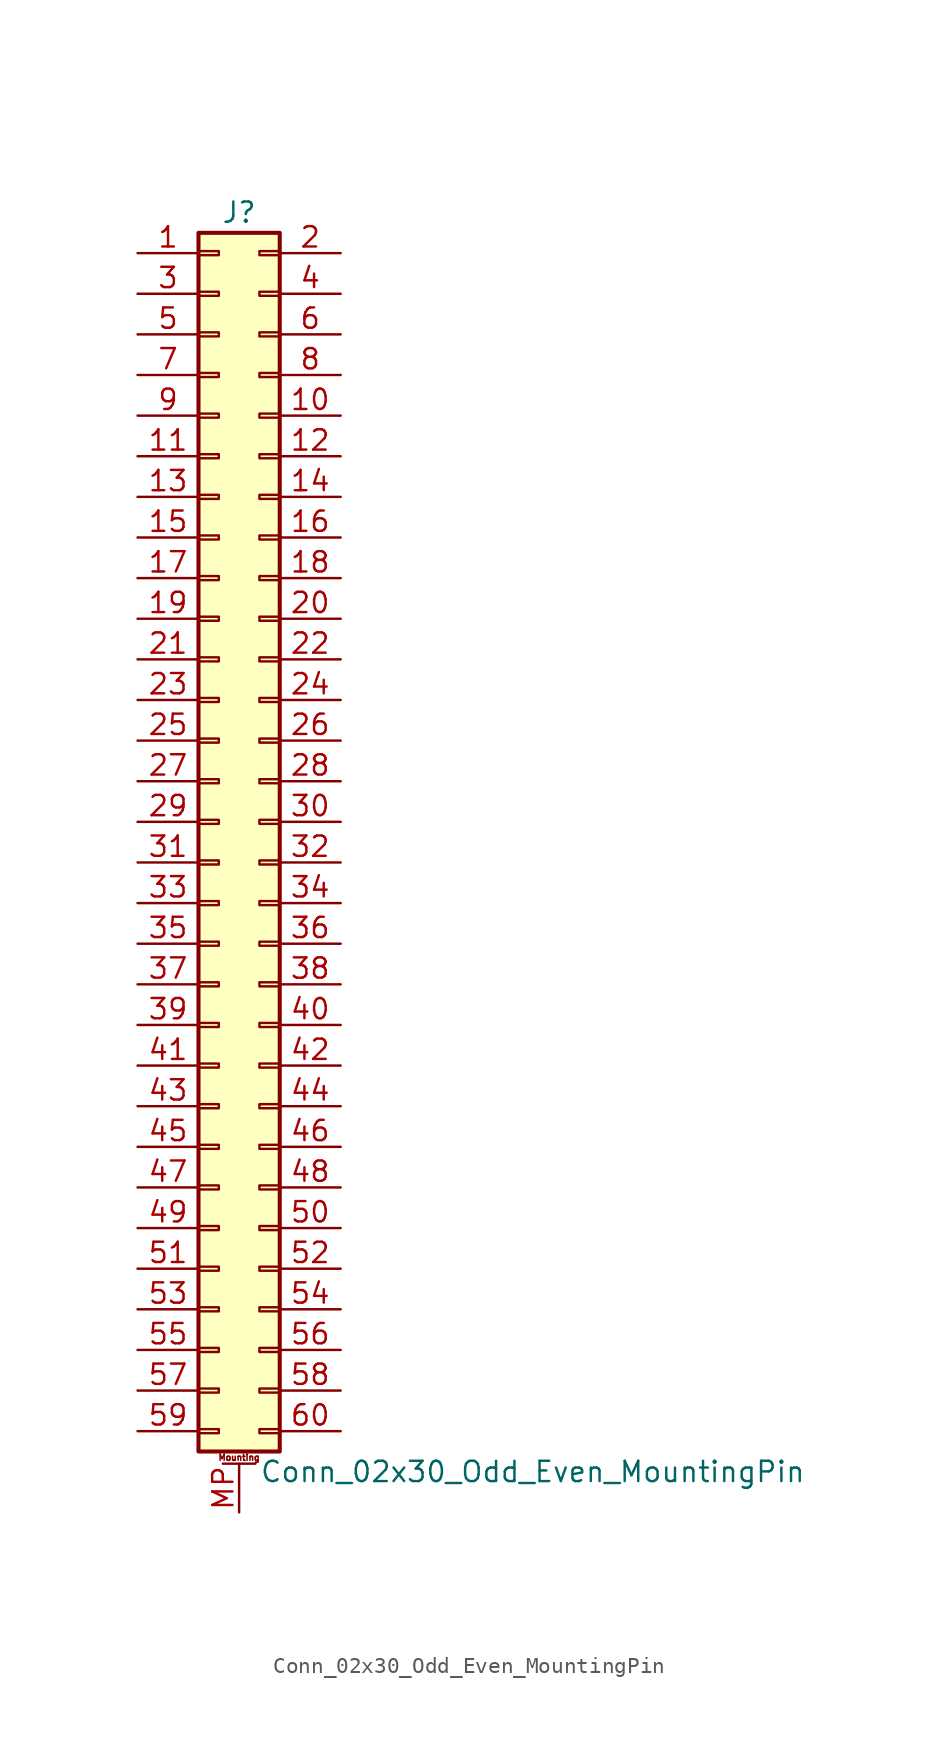
<source format=kicad_sym>
(kicad_symbol_lib
  (version 20211014)
  (generator kicad_symbol_editor)
  (symbol "Conn_02x30_Odd_Even_MountingPin"
    (pin_names
      (offset 1.016) hide)
    (property "Reference" "J"
      (at 1.27 38.1 0)
      (effects (font (size 1.27 1.27))))
    (property "Value" "Conn_02x30_Odd_Even_MountingPin"
      (at 2.54 -40.64 0)
      (effects (font (size 1.27 1.27)) (justify left)))
    (symbol "Conn_02x30_Odd_Even_MountingPin_1_1"
      (rectangle (start -1.27 -37.973) (end 0 -38.227) (stroke (width 0.152) (type default) (color 0 0 0 0)) (fill (type none)))
      (rectangle (start -1.27 -35.433) (end 0 -35.687) (stroke (width 0.152) (type default) (color 0 0 0 0)) (fill (type none)))
      (rectangle (start -1.27 -32.893) (end 0 -33.147) (stroke (width 0.152) (type default) (color 0 0 0 0)) (fill (type none)))
      (rectangle (start -1.27 -30.353) (end 0 -30.607) (stroke (width 0.152) (type default) (color 0 0 0 0)) (fill (type none)))
      (rectangle (start -1.27 -27.813) (end 0 -28.067) (stroke (width 0.152) (type default) (color 0 0 0 0)) (fill (type none)))
      (rectangle (start -1.27 -25.273) (end 0 -25.527) (stroke (width 0.152) (type default) (color 0 0 0 0)) (fill (type none)))
      (rectangle (start -1.27 -22.733) (end 0 -22.987) (stroke (width 0.152) (type default) (color 0 0 0 0)) (fill (type none)))
      (rectangle (start -1.27 -20.193) (end 0 -20.447) (stroke (width 0.152) (type default) (color 0 0 0 0)) (fill (type none)))
      (rectangle (start -1.27 -17.653) (end 0 -17.907) (stroke (width 0.152) (type default) (color 0 0 0 0)) (fill (type none)))
      (rectangle (start -1.27 -15.113) (end 0 -15.367) (stroke (width 0.152) (type default) (color 0 0 0 0)) (fill (type none)))
      (rectangle (start -1.27 -12.573) (end 0 -12.827) (stroke (width 0.152) (type default) (color 0 0 0 0)) (fill (type none)))
      (rectangle (start -1.27 -10.033) (end 0 -10.287) (stroke (width 0.152) (type default) (color 0 0 0 0)) (fill (type none)))
      (rectangle (start -1.27 -7.493) (end 0 -7.747) (stroke (width 0.152) (type default) (color 0 0 0 0)) (fill (type none)))
      (rectangle (start -1.27 -4.953) (end 0 -5.207) (stroke (width 0.152) (type default) (color 0 0 0 0)) (fill (type none)))
      (rectangle (start -1.27 -2.413) (end 0 -2.667) (stroke (width 0.152) (type default) (color 0 0 0 0)) (fill (type none)))
      (rectangle (start -1.27 0.127) (end 0 -0.127) (stroke (width 0.152) (type default) (color 0 0 0 0)) (fill (type none)))
      (rectangle (start -1.27 2.667) (end 0 2.413) (stroke (width 0.152) (type default) (color 0 0 0 0)) (fill (type none)))
      (rectangle (start -1.27 5.207) (end 0 4.953) (stroke (width 0.152) (type default) (color 0 0 0 0)) (fill (type none)))
      (rectangle (start -1.27 7.747) (end 0 7.493) (stroke (width 0.152) (type default) (color 0 0 0 0)) (fill (type none)))
      (rectangle (start -1.27 10.287) (end 0 10.033) (stroke (width 0.152) (type default) (color 0 0 0 0)) (fill (type none)))
      (rectangle (start -1.27 12.827) (end 0 12.573) (stroke (width 0.152) (type default) (color 0 0 0 0)) (fill (type none)))
      (rectangle (start -1.27 15.367) (end 0 15.113) (stroke (width 0.152) (type default) (color 0 0 0 0)) (fill (type none)))
      (rectangle (start -1.27 17.907) (end 0 17.653) (stroke (width 0.152) (type default) (color 0 0 0 0)) (fill (type none)))
      (rectangle (start -1.27 20.447) (end 0 20.193) (stroke (width 0.152) (type default) (color 0 0 0 0)) (fill (type none)))
      (rectangle (start -1.27 22.987) (end 0 22.733) (stroke (width 0.152) (type default) (color 0 0 0 0)) (fill (type none)))
      (rectangle (start -1.27 25.527) (end 0 25.273) (stroke (width 0.152) (type default) (color 0 0 0 0)) (fill (type none)))
      (rectangle (start -1.27 28.067) (end 0 27.813) (stroke (width 0.152) (type default) (color 0 0 0 0)) (fill (type none)))
      (rectangle (start -1.27 30.607) (end 0 30.353) (stroke (width 0.152) (type default) (color 0 0 0 0)) (fill (type none)))
      (rectangle (start -1.27 33.147) (end 0 32.893) (stroke (width 0.152) (type default) (color 0 0 0 0)) (fill (type none)))
      (rectangle (start -1.27 35.687) (end 0 35.433) (stroke (width 0.152) (type default) (color 0 0 0 0)) (fill (type none)))
      (rectangle (start -1.27 36.83) (end 3.81 -39.37) (stroke (width 0.254) (type default) (color 0 0 0 0)) (fill (type background)))
      (polyline (pts (xy 0.254 -40.132) (xy 2.286 -40.132)) (stroke (width 0.152) (type default) (color 0 0 0 0)) (fill (type none)))
      (rectangle (start 3.81 -37.973) (end 2.54 -38.227) (stroke (width 0.152) (type default) (color 0 0 0 0)) (fill (type none)))
      (rectangle (start 3.81 -35.433) (end 2.54 -35.687) (stroke (width 0.152) (type default) (color 0 0 0 0)) (fill (type none)))
      (rectangle (start 3.81 -32.893) (end 2.54 -33.147) (stroke (width 0.152) (type default) (color 0 0 0 0)) (fill (type none)))
      (rectangle (start 3.81 -30.353) (end 2.54 -30.607) (stroke (width 0.152) (type default) (color 0 0 0 0)) (fill (type none)))
      (rectangle (start 3.81 -27.813) (end 2.54 -28.067) (stroke (width 0.152) (type default) (color 0 0 0 0)) (fill (type none)))
      (rectangle (start 3.81 -25.273) (end 2.54 -25.527) (stroke (width 0.152) (type default) (color 0 0 0 0)) (fill (type none)))
      (rectangle (start 3.81 -22.733) (end 2.54 -22.987) (stroke (width 0.152) (type default) (color 0 0 0 0)) (fill (type none)))
      (rectangle (start 3.81 -20.193) (end 2.54 -20.447) (stroke (width 0.152) (type default) (color 0 0 0 0)) (fill (type none)))
      (rectangle (start 3.81 -17.653) (end 2.54 -17.907) (stroke (width 0.152) (type default) (color 0 0 0 0)) (fill (type none)))
      (rectangle (start 3.81 -15.113) (end 2.54 -15.367) (stroke (width 0.152) (type default) (color 0 0 0 0)) (fill (type none)))
      (rectangle (start 3.81 -12.573) (end 2.54 -12.827) (stroke (width 0.152) (type default) (color 0 0 0 0)) (fill (type none)))
      (rectangle (start 3.81 -10.033) (end 2.54 -10.287) (stroke (width 0.152) (type default) (color 0 0 0 0)) (fill (type none)))
      (rectangle (start 3.81 -7.493) (end 2.54 -7.747) (stroke (width 0.152) (type default) (color 0 0 0 0)) (fill (type none)))
      (rectangle (start 3.81 -4.953) (end 2.54 -5.207) (stroke (width 0.152) (type default) (color 0 0 0 0)) (fill (type none)))
      (rectangle (start 3.81 -2.413) (end 2.54 -2.667) (stroke (width 0.152) (type default) (color 0 0 0 0)) (fill (type none)))
      (rectangle (start 3.81 0.127) (end 2.54 -0.127) (stroke (width 0.152) (type default) (color 0 0 0 0)) (fill (type none)))
      (rectangle (start 3.81 2.667) (end 2.54 2.413) (stroke (width 0.152) (type default) (color 0 0 0 0)) (fill (type none)))
      (rectangle (start 3.81 5.207) (end 2.54 4.953) (stroke (width 0.152) (type default) (color 0 0 0 0)) (fill (type none)))
      (rectangle (start 3.81 7.747) (end 2.54 7.493) (stroke (width 0.152) (type default) (color 0 0 0 0)) (fill (type none)))
      (rectangle (start 3.81 10.287) (end 2.54 10.033) (stroke (width 0.152) (type default) (color 0 0 0 0)) (fill (type none)))
      (rectangle (start 3.81 12.827) (end 2.54 12.573) (stroke (width 0.152) (type default) (color 0 0 0 0)) (fill (type none)))
      (rectangle (start 3.81 15.367) (end 2.54 15.113) (stroke (width 0.152) (type default) (color 0 0 0 0)) (fill (type none)))
      (rectangle (start 3.81 17.907) (end 2.54 17.653) (stroke (width 0.152) (type default) (color 0 0 0 0)) (fill (type none)))
      (rectangle (start 3.81 20.447) (end 2.54 20.193) (stroke (width 0.152) (type default) (color 0 0 0 0)) (fill (type none)))
      (rectangle (start 3.81 22.987) (end 2.54 22.733) (stroke (width 0.152) (type default) (color 0 0 0 0)) (fill (type none)))
      (rectangle (start 3.81 25.527) (end 2.54 25.273) (stroke (width 0.152) (type default) (color 0 0 0 0)) (fill (type none)))
      (rectangle (start 3.81 28.067) (end 2.54 27.813) (stroke (width 0.152) (type default) (color 0 0 0 0)) (fill (type none)))
      (rectangle (start 3.81 30.607) (end 2.54 30.353) (stroke (width 0.152) (type default) (color 0 0 0 0)) (fill (type none)))
      (rectangle (start 3.81 33.147) (end 2.54 32.893) (stroke (width 0.152) (type default) (color 0 0 0 0)) (fill (type none)))
      (rectangle (start 3.81 35.687) (end 2.54 35.433) (stroke (width 0.152) (type default) (color 0 0 0 0)) (fill (type none)))
      (text "Mounting" (at 1.27 -39.751 0) (effects (font (size 0.381 0.381))))
      (pin passive line (at -5.08 35.56 0) (length 3.81) (name "Pin_1" (effects (font (size 1.27 1.27)))) (number "1" (effects (font (size 1.27 1.27)))))
      (pin passive line (at 7.62 25.4 180) (length 3.81) (name "Pin_10" (effects (font (size 1.27 1.27)))) (number "10" (effects (font (size 1.27 1.27)))))
      (pin passive line (at -5.08 22.86 0) (length 3.81) (name "Pin_11" (effects (font (size 1.27 1.27)))) (number "11" (effects (font (size 1.27 1.27)))))
      (pin passive line (at 7.62 22.86 180) (length 3.81) (name "Pin_12" (effects (font (size 1.27 1.27)))) (number "12" (effects (font (size 1.27 1.27)))))
      (pin passive line (at -5.08 20.32 0) (length 3.81) (name "Pin_13" (effects (font (size 1.27 1.27)))) (number "13" (effects (font (size 1.27 1.27)))))
      (pin passive line (at 7.62 20.32 180) (length 3.81) (name "Pin_14" (effects (font (size 1.27 1.27)))) (number "14" (effects (font (size 1.27 1.27)))))
      (pin passive line (at -5.08 17.78 0) (length 3.81) (name "Pin_15" (effects (font (size 1.27 1.27)))) (number "15" (effects (font (size 1.27 1.27)))))
      (pin passive line (at 7.62 17.78 180) (length 3.81) (name "Pin_16" (effects (font (size 1.27 1.27)))) (number "16" (effects (font (size 1.27 1.27)))))
      (pin passive line (at -5.08 15.24 0) (length 3.81) (name "Pin_17" (effects (font (size 1.27 1.27)))) (number "17" (effects (font (size 1.27 1.27)))))
      (pin passive line (at 7.62 15.24 180) (length 3.81) (name "Pin_18" (effects (font (size 1.27 1.27)))) (number "18" (effects (font (size 1.27 1.27)))))
      (pin passive line (at -5.08 12.7 0) (length 3.81) (name "Pin_19" (effects (font (size 1.27 1.27)))) (number "19" (effects (font (size 1.27 1.27)))))
      (pin passive line (at 7.62 35.56 180) (length 3.81) (name "Pin_2" (effects (font (size 1.27 1.27)))) (number "2" (effects (font (size 1.27 1.27)))))
      (pin passive line (at 7.62 12.7 180) (length 3.81) (name "Pin_20" (effects (font (size 1.27 1.27)))) (number "20" (effects (font (size 1.27 1.27)))))
      (pin passive line (at -5.08 10.16 0) (length 3.81) (name "Pin_21" (effects (font (size 1.27 1.27)))) (number "21" (effects (font (size 1.27 1.27)))))
      (pin passive line (at 7.62 10.16 180) (length 3.81) (name "Pin_22" (effects (font (size 1.27 1.27)))) (number "22" (effects (font (size 1.27 1.27)))))
      (pin passive line (at -5.08 7.62 0) (length 3.81) (name "Pin_23" (effects (font (size 1.27 1.27)))) (number "23" (effects (font (size 1.27 1.27)))))
      (pin passive line (at 7.62 7.62 180) (length 3.81) (name "Pin_24" (effects (font (size 1.27 1.27)))) (number "24" (effects (font (size 1.27 1.27)))))
      (pin passive line (at -5.08 5.08 0) (length 3.81) (name "Pin_25" (effects (font (size 1.27 1.27)))) (number "25" (effects (font (size 1.27 1.27)))))
      (pin passive line (at 7.62 5.08 180) (length 3.81) (name "Pin_26" (effects (font (size 1.27 1.27)))) (number "26" (effects (font (size 1.27 1.27)))))
      (pin passive line (at -5.08 2.54 0) (length 3.81) (name "Pin_27" (effects (font (size 1.27 1.27)))) (number "27" (effects (font (size 1.27 1.27)))))
      (pin passive line (at 7.62 2.54 180) (length 3.81) (name "Pin_28" (effects (font (size 1.27 1.27)))) (number "28" (effects (font (size 1.27 1.27)))))
      (pin passive line (at -5.08 0 0) (length 3.81) (name "Pin_29" (effects (font (size 1.27 1.27)))) (number "29" (effects (font (size 1.27 1.27)))))
      (pin passive line (at -5.08 33.02 0) (length 3.81) (name "Pin_3" (effects (font (size 1.27 1.27)))) (number "3" (effects (font (size 1.27 1.27)))))
      (pin passive line (at 7.62 0 180) (length 3.81) (name "Pin_30" (effects (font (size 1.27 1.27)))) (number "30" (effects (font (size 1.27 1.27)))))
      (pin passive line (at -5.08 -2.54 0) (length 3.81) (name "Pin_31" (effects (font (size 1.27 1.27)))) (number "31" (effects (font (size 1.27 1.27)))))
      (pin passive line (at 7.62 -2.54 180) (length 3.81) (name "Pin_32" (effects (font (size 1.27 1.27)))) (number "32" (effects (font (size 1.27 1.27)))))
      (pin passive line (at -5.08 -5.08 0) (length 3.81) (name "Pin_33" (effects (font (size 1.27 1.27)))) (number "33" (effects (font (size 1.27 1.27)))))
      (pin passive line (at 7.62 -5.08 180) (length 3.81) (name "Pin_34" (effects (font (size 1.27 1.27)))) (number "34" (effects (font (size 1.27 1.27)))))
      (pin passive line (at -5.08 -7.62 0) (length 3.81) (name "Pin_35" (effects (font (size 1.27 1.27)))) (number "35" (effects (font (size 1.27 1.27)))))
      (pin passive line (at 7.62 -7.62 180) (length 3.81) (name "Pin_36" (effects (font (size 1.27 1.27)))) (number "36" (effects (font (size 1.27 1.27)))))
      (pin passive line (at -5.08 -10.16 0) (length 3.81) (name "Pin_37" (effects (font (size 1.27 1.27)))) (number "37" (effects (font (size 1.27 1.27)))))
      (pin passive line (at 7.62 -10.16 180) (length 3.81) (name "Pin_38" (effects (font (size 1.27 1.27)))) (number "38" (effects (font (size 1.27 1.27)))))
      (pin passive line (at -5.08 -12.7 0) (length 3.81) (name "Pin_39" (effects (font (size 1.27 1.27)))) (number "39" (effects (font (size 1.27 1.27)))))
      (pin passive line (at 7.62 33.02 180) (length 3.81) (name "Pin_4" (effects (font (size 1.27 1.27)))) (number "4" (effects (font (size 1.27 1.27)))))
      (pin passive line (at 7.62 -12.7 180) (length 3.81) (name "Pin_40" (effects (font (size 1.27 1.27)))) (number "40" (effects (font (size 1.27 1.27)))))
      (pin passive line (at -5.08 -15.24 0) (length 3.81) (name "Pin_41" (effects (font (size 1.27 1.27)))) (number "41" (effects (font (size 1.27 1.27)))))
      (pin passive line (at 7.62 -15.24 180) (length 3.81) (name "Pin_42" (effects (font (size 1.27 1.27)))) (number "42" (effects (font (size 1.27 1.27)))))
      (pin passive line (at -5.08 -17.78 0) (length 3.81) (name "Pin_43" (effects (font (size 1.27 1.27)))) (number "43" (effects (font (size 1.27 1.27)))))
      (pin passive line (at 7.62 -17.78 180) (length 3.81) (name "Pin_44" (effects (font (size 1.27 1.27)))) (number "44" (effects (font (size 1.27 1.27)))))
      (pin passive line (at -5.08 -20.32 0) (length 3.81) (name "Pin_45" (effects (font (size 1.27 1.27)))) (number "45" (effects (font (size 1.27 1.27)))))
      (pin passive line (at 7.62 -20.32 180) (length 3.81) (name "Pin_46" (effects (font (size 1.27 1.27)))) (number "46" (effects (font (size 1.27 1.27)))))
      (pin passive line (at -5.08 -22.86 0) (length 3.81) (name "Pin_47" (effects (font (size 1.27 1.27)))) (number "47" (effects (font (size 1.27 1.27)))))
      (pin passive line (at 7.62 -22.86 180) (length 3.81) (name "Pin_48" (effects (font (size 1.27 1.27)))) (number "48" (effects (font (size 1.27 1.27)))))
      (pin passive line (at -5.08 -25.4 0) (length 3.81) (name "Pin_49" (effects (font (size 1.27 1.27)))) (number "49" (effects (font (size 1.27 1.27)))))
      (pin passive line (at -5.08 30.48 0) (length 3.81) (name "Pin_5" (effects (font (size 1.27 1.27)))) (number "5" (effects (font (size 1.27 1.27)))))
      (pin passive line (at 7.62 -25.4 180) (length 3.81) (name "Pin_50" (effects (font (size 1.27 1.27)))) (number "50" (effects (font (size 1.27 1.27)))))
      (pin passive line (at -5.08 -27.94 0) (length 3.81) (name "Pin_51" (effects (font (size 1.27 1.27)))) (number "51" (effects (font (size 1.27 1.27)))))
      (pin passive line (at 7.62 -27.94 180) (length 3.81) (name "Pin_52" (effects (font (size 1.27 1.27)))) (number "52" (effects (font (size 1.27 1.27)))))
      (pin passive line (at -5.08 -30.48 0) (length 3.81) (name "Pin_53" (effects (font (size 1.27 1.27)))) (number "53" (effects (font (size 1.27 1.27)))))
      (pin passive line (at 7.62 -30.48 180) (length 3.81) (name "Pin_54" (effects (font (size 1.27 1.27)))) (number "54" (effects (font (size 1.27 1.27)))))
      (pin passive line (at -5.08 -33.02 0) (length 3.81) (name "Pin_55" (effects (font (size 1.27 1.27)))) (number "55" (effects (font (size 1.27 1.27)))))
      (pin passive line (at 7.62 -33.02 180) (length 3.81) (name "Pin_56" (effects (font (size 1.27 1.27)))) (number "56" (effects (font (size 1.27 1.27)))))
      (pin passive line (at -5.08 -35.56 0) (length 3.81) (name "Pin_57" (effects (font (size 1.27 1.27)))) (number "57" (effects (font (size 1.27 1.27)))))
      (pin passive line (at 7.62 -35.56 180) (length 3.81) (name "Pin_58" (effects (font (size 1.27 1.27)))) (number "58" (effects (font (size 1.27 1.27)))))
      (pin passive line (at -5.08 -38.1 0) (length 3.81) (name "Pin_59" (effects (font (size 1.27 1.27)))) (number "59" (effects (font (size 1.27 1.27)))))
      (pin passive line (at 7.62 30.48 180) (length 3.81) (name "Pin_6" (effects (font (size 1.27 1.27)))) (number "6" (effects (font (size 1.27 1.27)))))
      (pin passive line (at 7.62 -38.1 180) (length 3.81) (name "Pin_60" (effects (font (size 1.27 1.27)))) (number "60" (effects (font (size 1.27 1.27)))))
      (pin passive line (at -5.08 27.94 0) (length 3.81) (name "Pin_7" (effects (font (size 1.27 1.27)))) (number "7" (effects (font (size 1.27 1.27)))))
      (pin passive line (at 7.62 27.94 180) (length 3.81) (name "Pin_8" (effects (font (size 1.27 1.27)))) (number "8" (effects (font (size 1.27 1.27)))))
      (pin passive line (at -5.08 25.4 0) (length 3.81) (name "Pin_9" (effects (font (size 1.27 1.27)))) (number "9" (effects (font (size 1.27 1.27)))))
      (pin passive line (at 1.27 -43.18 90) (length 3.048) (name "MountPin" (effects (font (size 1.27 1.27)))) (number "MP" (effects (font (size 1.27 1.27))))))))
</source>
